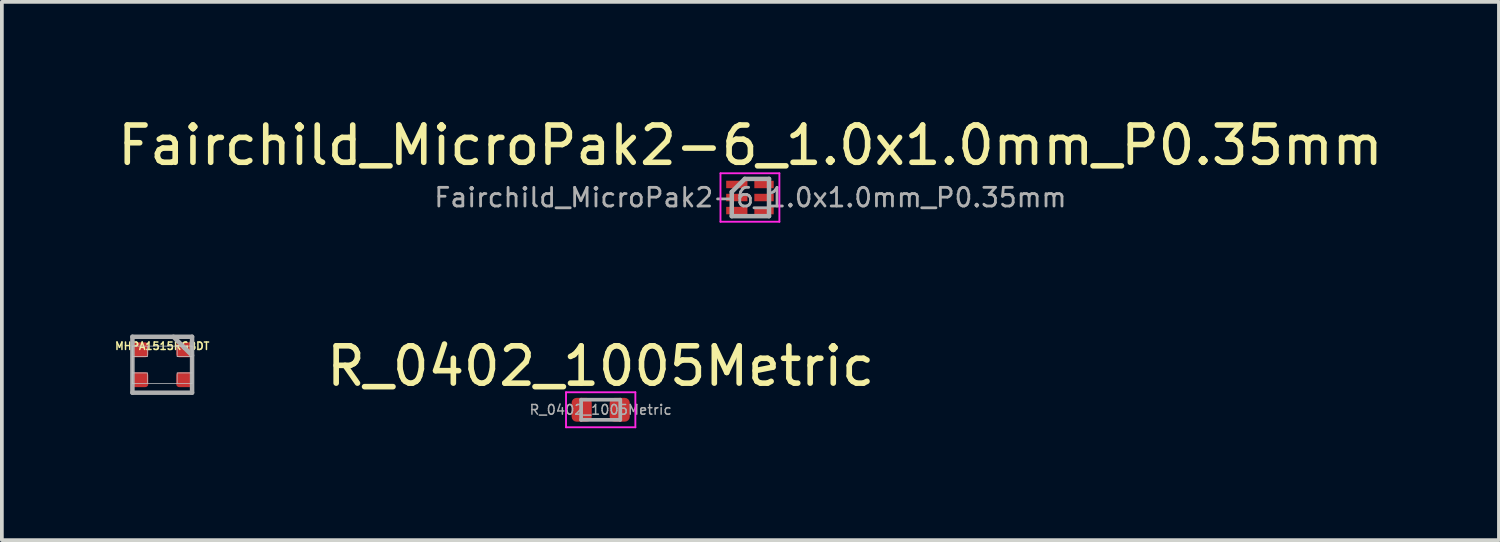
<source format=kicad_pcb>
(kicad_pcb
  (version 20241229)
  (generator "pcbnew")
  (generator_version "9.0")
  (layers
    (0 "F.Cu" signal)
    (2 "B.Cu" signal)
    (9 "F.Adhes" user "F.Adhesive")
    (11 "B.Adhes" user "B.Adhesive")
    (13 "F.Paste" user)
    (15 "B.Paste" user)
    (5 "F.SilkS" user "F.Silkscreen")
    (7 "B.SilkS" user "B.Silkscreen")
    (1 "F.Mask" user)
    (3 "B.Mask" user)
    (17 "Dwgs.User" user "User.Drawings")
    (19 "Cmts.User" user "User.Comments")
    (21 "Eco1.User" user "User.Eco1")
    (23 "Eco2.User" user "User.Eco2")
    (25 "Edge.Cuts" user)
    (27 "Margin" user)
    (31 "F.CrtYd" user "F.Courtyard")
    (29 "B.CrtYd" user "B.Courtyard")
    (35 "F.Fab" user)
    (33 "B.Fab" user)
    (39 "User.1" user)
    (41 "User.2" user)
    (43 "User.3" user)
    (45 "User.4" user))
  (footprint "Fairchild_MicroPak2-6_1.0x1.0mm_P0.35mm"
    (layer "F.Cu")
    (at 17.065 2.248)
    (property "Reference" "Fairchild_MicroPak2-6_1.0x1.0mm_P0.35mm" (at 0.013 -1.4 0) (layer "F.SilkS") (effects (font (size 1 1) (thickness 0.15))))
    (attr smd)
    (fp_line (start -0.79 -0.65) (end -0.79 0.65) (stroke (width 0.05) (type solid)) (layer "F.CrtYd"))
    (fp_line (start -0.79 -0.65) (end 0.79 -0.65) (stroke (width 0.05) (type solid)) (layer "F.CrtYd"))
    (fp_line (start 0.79 0.65) (end -0.79 0.65) (stroke (width 0.05) (type solid)) (layer "F.CrtYd"))
    (fp_line (start 0.79 0.65) (end 0.79 -0.65) (stroke (width 0.05) (type solid)) (layer "F.CrtYd"))
    (fp_line (start -0.487 -0.15) (end -0.138 -0.5) (stroke (width 0.12) (type solid)) (layer "F.Fab"))
    (fp_line (start -0.487 0.5) (end -0.487 -0.15) (stroke (width 0.12) (type solid)) (layer "F.Fab"))
    (fp_line (start -0.138 -0.5) (end 0.512 -0.5) (stroke (width 0.12) (type solid)) (layer "F.Fab"))
    (fp_line (start 0.512 -0.5) (end 0.512 0.5) (stroke (width 0.12) (type solid)) (layer "F.Fab"))
    (fp_line (start 0.512 0.5) (end -0.487 0.5) (stroke (width 0.12) (type solid)) (layer "F.Fab"))
    (fp_text user "${REFERENCE}" (at 0.013 0 0) (layer "F.Fab") (effects (font (size 0.5 0.5) (thickness 0.075))))
    (pad "1" smd rect (at -0.352 -0.35) (size 0.57 0.2) (layers "F.Cu" "F.Mask" "F.Paste"))
    (pad "2" smd rect (at -0.352 0) (size 0.57 0.2) (layers "F.Cu" "F.Mask" "F.Paste"))
    (pad "3" smd rect (at -0.352 0.35) (size 0.57 0.2) (layers "F.Cu" "F.Mask" "F.Paste"))
    (pad "4" smd rect (at 0.378 0.35) (size 0.52 0.2) (layers "F.Cu" "F.Mask" "F.Paste"))
    (pad "5" smd rect (at 0.378 0) (size 0.52 0.2) (layers "F.Cu" "F.Mask" "F.Paste"))
    (pad "6" smd rect (at 0.378 -0.35) (size 0.52 0.2) (layers "F.Cu" "F.Mask" "F.Paste")))
  (footprint "MHPA1515RGBDT"
    (layer "F.Cu")
    (at 1.302 6.733)
    (property "Reference" "MHPA1515RGBDT" (at 0 -0.5 180) (layer "F.SilkS") (effects (font (size 0.2 0.2) (thickness 0.04))))
    (attr through_hole)
    (fp_line (start -0.8 -0.5) (end 0.8 -0.5) (stroke (width 0.02) (type solid)) (layer "Dwgs.User"))
    (fp_line (start -0.8 0.5) (end -0.8 -0.5) (stroke (width 0.02) (type solid)) (layer "Dwgs.User"))
    (fp_line (start -0.4 -0.22) (end -0.8 -0.22) (stroke (width 0.02) (type solid)) (layer "Dwgs.User"))
    (fp_line (start -0.4 -0.22) (end -0.4 -0.5) (stroke (width 0.02) (type solid)) (layer "Dwgs.User"))
    (fp_line (start -0.4 0.22) (end -0.8 0.22) (stroke (width 0.02) (type solid)) (layer "Dwgs.User"))
    (fp_line (start -0.4 0.22) (end -0.4 0.5) (stroke (width 0.02) (type solid)) (layer "Dwgs.User"))
    (fp_line (start 0.4 -0.22) (end 0.4 -0.5) (stroke (width 0.02) (type solid)) (layer "Dwgs.User"))
    (fp_line (start 0.4 -0.22) (end 0.8 -0.22) (stroke (width 0.02) (type solid)) (layer "Dwgs.User"))
    (fp_line (start 0.4 0.22) (end 0.4 0.5) (stroke (width 0.02) (type solid)) (layer "Dwgs.User"))
    (fp_line (start 0.4 0.22) (end 0.8 0.22) (stroke (width 0.02) (type solid)) (layer "Dwgs.User"))
    (fp_line (start 0.8 -0.5) (end 0.8 0.5) (stroke (width 0.02) (type solid)) (layer "Dwgs.User"))
    (fp_line (start 0.8 0.5) (end -0.8 0.5) (stroke (width 0.02) (type solid)) (layer "Dwgs.User"))
    (fp_line (start -0.8 -0.75) (end -0.8 0.75) (stroke (width 0.12) (type solid)) (layer "F.Fab"))
    (fp_line (start -0.8 0.75) (end 0.8 0.75) (stroke (width 0.12) (type solid)) (layer "F.Fab"))
    (fp_line (start 0.3 -0.75) (end 0.8 -0.25) (stroke (width 0.12) (type solid)) (layer "F.Fab"))
    (fp_line (start 0.8 -0.75) (end -0.8 -0.75) (stroke (width 0.12) (type solid)) (layer "F.Fab"))
    (fp_line (start 0.8 0.75) (end 0.8 -0.75) (stroke (width 0.12) (type solid)) (layer "F.Fab"))
    (pad "1" smd roundrect (at 0.6 -0.4 180) (size 0.45 0.4) (layers "F.Cu" "F.Mask" "F.Paste") (roundrect_rratio 0.2))
    (pad "2" smd roundrect (at 0.6 0.4 180) (size 0.45 0.4) (layers "F.Cu" "F.Mask" "F.Paste") (roundrect_rratio 0.2))
    (pad "3" smd roundrect (at -0.6 0.4 180) (size 0.45 0.4) (layers "F.Cu" "F.Mask" "F.Paste") (roundrect_rratio 0.2))
    (pad "4" smd roundrect (at -0.6 -0.4 180) (size 0.45 0.4) (layers "F.Cu" "F.Mask" "F.Paste") (roundrect_rratio 0.2)))
  (footprint "R_0402_1005Metric"
    (layer "F.Cu")
    (at 13.062 7.941)
    (property "Reference" "R_0402_1005Metric" (at 0 -1.17 0) (layer "F.SilkS") (effects (font (size 1 1) (thickness 0.15))))
    (attr smd)
    (fp_line (start -0.93 -0.47) (end 0.93 -0.47) (stroke (width 0.05) (type solid)) (layer "F.CrtYd"))
    (fp_line (start -0.93 0.47) (end -0.93 -0.47) (stroke (width 0.05) (type solid)) (layer "F.CrtYd"))
    (fp_line (start 0.93 -0.47) (end 0.93 0.47) (stroke (width 0.05) (type solid)) (layer "F.CrtYd"))
    (fp_line (start 0.93 0.47) (end -0.93 0.47) (stroke (width 0.05) (type solid)) (layer "F.CrtYd"))
    (fp_line (start -0.525 -0.27) (end 0.525 -0.27) (stroke (width 0.1) (type solid)) (layer "F.Fab"))
    (fp_line (start -0.525 0.27) (end -0.525 -0.27) (stroke (width 0.1) (type solid)) (layer "F.Fab"))
    (fp_line (start 0.525 -0.27) (end 0.525 0.27) (stroke (width 0.1) (type solid)) (layer "F.Fab"))
    (fp_line (start 0.525 0.27) (end -0.525 0.27) (stroke (width 0.1) (type solid)) (layer "F.Fab"))
    (fp_text user "${REFERENCE}" (at 0 0 0) (layer "F.Fab") (effects (font (size 0.26 0.26) (thickness 0.04))))
    (pad "1" smd roundrect (at -0.51 0) (size 0.54 0.64) (layers "F.Cu" "F.Mask" "F.Paste") (roundrect_rratio 0.25))
    (pad "2" smd roundrect (at 0.51 0) (size 0.54 0.64) (layers "F.Cu" "F.Mask" "F.Paste") (roundrect_rratio 0.25)))
  (gr_rect
    (start -3 -3)
    (end 37.155 11.437)
    (stroke (width 0.1) (type default))
    (fill no)
    (layer "Edge.Cuts")))
</source>
